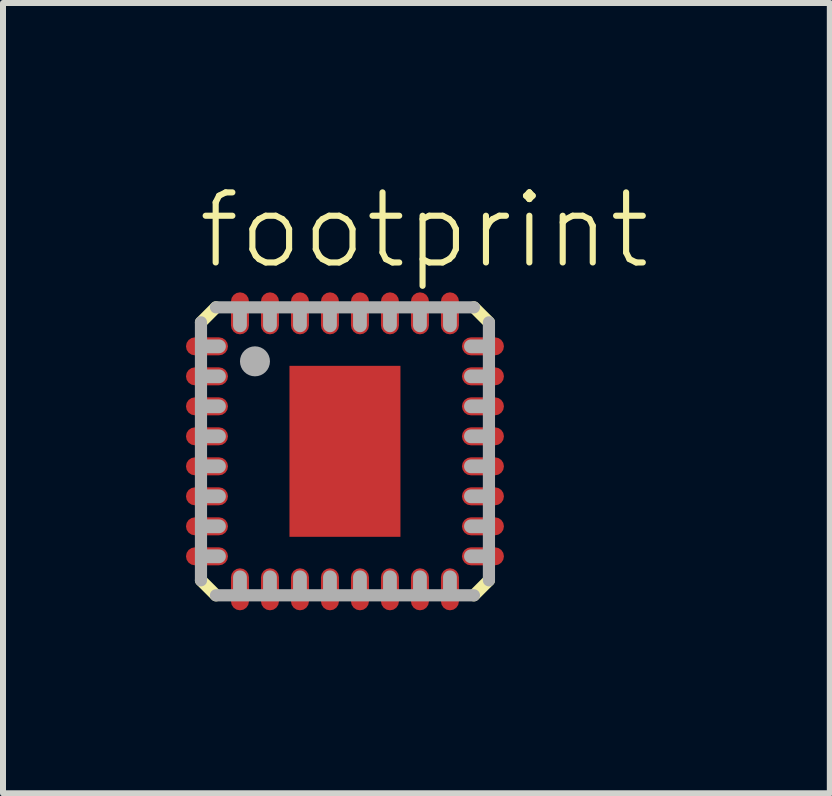
<source format=kicad_pcb>
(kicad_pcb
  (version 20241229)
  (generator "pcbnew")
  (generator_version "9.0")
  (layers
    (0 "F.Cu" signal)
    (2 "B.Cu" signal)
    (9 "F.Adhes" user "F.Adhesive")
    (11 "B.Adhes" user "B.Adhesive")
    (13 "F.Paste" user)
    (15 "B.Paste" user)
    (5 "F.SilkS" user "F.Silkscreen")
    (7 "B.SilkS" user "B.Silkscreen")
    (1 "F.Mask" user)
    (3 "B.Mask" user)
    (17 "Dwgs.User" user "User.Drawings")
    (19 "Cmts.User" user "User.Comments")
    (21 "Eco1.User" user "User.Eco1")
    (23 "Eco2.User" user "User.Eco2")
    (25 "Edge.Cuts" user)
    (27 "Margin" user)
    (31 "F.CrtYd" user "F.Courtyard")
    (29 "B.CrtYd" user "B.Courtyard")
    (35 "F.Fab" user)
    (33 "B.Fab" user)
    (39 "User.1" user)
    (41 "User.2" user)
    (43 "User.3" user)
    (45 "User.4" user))
  (footprint "footprint"
    (layer "F.Cu")
    (at 2.7 4.473)
    (property "Reference" "footprint" (at -2.5 -3 0) (layer "F.SilkS") (effects (font (size 1.168 1.168) (thickness 0.102)) (justify left bottom)))
    (fp_line (start -2.1 -1.75) (end -2.5 -1.75) (stroke (width 0.4) (type solid)) (layer "F.Mask"))
    (fp_line (start -2.1 -1.25) (end -2.5 -1.25) (stroke (width 0.4) (type solid)) (layer "F.Mask"))
    (fp_line (start -2.1 -0.75) (end -2.5 -0.75) (stroke (width 0.4) (type solid)) (layer "F.Mask"))
    (fp_line (start -2.1 -0.25) (end -2.5 -0.25) (stroke (width 0.4) (type solid)) (layer "F.Mask"))
    (fp_line (start -2.1 0.25) (end -2.5 0.25) (stroke (width 0.4) (type solid)) (layer "F.Mask"))
    (fp_line (start -2.1 0.75) (end -2.5 0.75) (stroke (width 0.4) (type solid)) (layer "F.Mask"))
    (fp_line (start -2.1 1.25) (end -2.5 1.25) (stroke (width 0.4) (type solid)) (layer "F.Mask"))
    (fp_line (start -2.1 1.75) (end -2.5 1.75) (stroke (width 0.4) (type solid)) (layer "F.Mask"))
    (fp_line (start -1.75 -2.1) (end -1.75 -2.5) (stroke (width 0.4) (type solid)) (layer "F.Mask"))
    (fp_line (start -1.75 2.1) (end -1.75 2.5) (stroke (width 0.4) (type solid)) (layer "F.Mask"))
    (fp_line (start -1.25 -2.1) (end -1.25 -2.5) (stroke (width 0.4) (type solid)) (layer "F.Mask"))
    (fp_line (start -1.25 2.1) (end -1.25 2.5) (stroke (width 0.4) (type solid)) (layer "F.Mask"))
    (fp_line (start -0.75 -2.1) (end -0.75 -2.5) (stroke (width 0.4) (type solid)) (layer "F.Mask"))
    (fp_line (start -0.75 2.1) (end -0.75 2.5) (stroke (width 0.4) (type solid)) (layer "F.Mask"))
    (fp_line (start -0.25 -2.1) (end -0.25 -2.5) (stroke (width 0.4) (type solid)) (layer "F.Mask"))
    (fp_line (start -0.25 2.1) (end -0.25 2.5) (stroke (width 0.4) (type solid)) (layer "F.Mask"))
    (fp_line (start 0.25 -2.1) (end 0.25 -2.5) (stroke (width 0.4) (type solid)) (layer "F.Mask"))
    (fp_line (start 0.25 2.1) (end 0.25 2.5) (stroke (width 0.4) (type solid)) (layer "F.Mask"))
    (fp_line (start 0.75 -2.1) (end 0.75 -2.5) (stroke (width 0.4) (type solid)) (layer "F.Mask"))
    (fp_line (start 0.75 2.1) (end 0.75 2.5) (stroke (width 0.4) (type solid)) (layer "F.Mask"))
    (fp_line (start 1.25 -2.1) (end 1.25 -2.5) (stroke (width 0.4) (type solid)) (layer "F.Mask"))
    (fp_line (start 1.25 2.1) (end 1.25 2.5) (stroke (width 0.4) (type solid)) (layer "F.Mask"))
    (fp_line (start 1.75 -2.1) (end 1.75 -2.5) (stroke (width 0.4) (type solid)) (layer "F.Mask"))
    (fp_line (start 1.75 2.1) (end 1.75 2.5) (stroke (width 0.4) (type solid)) (layer "F.Mask"))
    (fp_line (start 2.1 -1.75) (end 2.5 -1.75) (stroke (width 0.4) (type solid)) (layer "F.Mask"))
    (fp_line (start 2.1 -1.25) (end 2.5 -1.25) (stroke (width 0.4) (type solid)) (layer "F.Mask"))
    (fp_line (start 2.1 -0.75) (end 2.5 -0.75) (stroke (width 0.4) (type solid)) (layer "F.Mask"))
    (fp_line (start 2.1 -0.25) (end 2.5 -0.25) (stroke (width 0.4) (type solid)) (layer "F.Mask"))
    (fp_line (start 2.1 0.25) (end 2.5 0.25) (stroke (width 0.4) (type solid)) (layer "F.Mask"))
    (fp_line (start 2.1 0.75) (end 2.5 0.75) (stroke (width 0.4) (type solid)) (layer "F.Mask"))
    (fp_line (start 2.1 1.25) (end 2.5 1.25) (stroke (width 0.4) (type solid)) (layer "F.Mask"))
    (fp_line (start 2.1 1.75) (end 2.5 1.75) (stroke (width 0.4) (type solid)) (layer "F.Mask"))
    (fp_poly (pts (xy -1 1.5) (xy 1 1.5) (xy 1 -1.5) (xy -1 -1.5)) (stroke (width 0) (type solid)) (fill yes) (layer "F.Mask"))
    (fp_line (start -2.4 -2.15) (end -2.15 -2.4) (stroke (width 0.203) (type solid)) (layer "F.SilkS"))
    (fp_line (start -2.15 2.4) (end -2.4 2.15) (stroke (width 0.203) (type solid)) (layer "F.SilkS"))
    (fp_line (start 2.15 -2.4) (end 2.4 -2.15) (stroke (width 0.203) (type solid)) (layer "F.SilkS"))
    (fp_line (start 2.4 2.15) (end 2.15 2.4) (stroke (width 0.203) (type solid)) (layer "F.SilkS"))
    (fp_line (start -2.1 -1.75) (end -2.5 -1.75) (stroke (width 0.25) (type solid)) (layer "F.Paste"))
    (fp_line (start -2.1 -1.25) (end -2.5 -1.25) (stroke (width 0.25) (type solid)) (layer "F.Paste"))
    (fp_line (start -2.1 -0.75) (end -2.5 -0.75) (stroke (width 0.25) (type solid)) (layer "F.Paste"))
    (fp_line (start -2.1 -0.25) (end -2.5 -0.25) (stroke (width 0.25) (type solid)) (layer "F.Paste"))
    (fp_line (start -2.1 0.25) (end -2.5 0.25) (stroke (width 0.25) (type solid)) (layer "F.Paste"))
    (fp_line (start -2.1 0.75) (end -2.5 0.75) (stroke (width 0.25) (type solid)) (layer "F.Paste"))
    (fp_line (start -2.1 1.25) (end -2.5 1.25) (stroke (width 0.25) (type solid)) (layer "F.Paste"))
    (fp_line (start -2.1 1.75) (end -2.5 1.75) (stroke (width 0.25) (type solid)) (layer "F.Paste"))
    (fp_line (start -1.75 -2.1) (end -1.75 -2.5) (stroke (width 0.25) (type solid)) (layer "F.Paste"))
    (fp_line (start -1.75 2.1) (end -1.75 2.5) (stroke (width 0.25) (type solid)) (layer "F.Paste"))
    (fp_line (start -1.25 -2.1) (end -1.25 -2.5) (stroke (width 0.25) (type solid)) (layer "F.Paste"))
    (fp_line (start -1.25 2.1) (end -1.25 2.5) (stroke (width 0.25) (type solid)) (layer "F.Paste"))
    (fp_line (start -0.75 -2.1) (end -0.75 -2.5) (stroke (width 0.25) (type solid)) (layer "F.Paste"))
    (fp_line (start -0.75 2.1) (end -0.75 2.5) (stroke (width 0.25) (type solid)) (layer "F.Paste"))
    (fp_line (start -0.25 -2.1) (end -0.25 -2.5) (stroke (width 0.25) (type solid)) (layer "F.Paste"))
    (fp_line (start -0.25 2.1) (end -0.25 2.5) (stroke (width 0.25) (type solid)) (layer "F.Paste"))
    (fp_line (start 0.25 -2.1) (end 0.25 -2.5) (stroke (width 0.25) (type solid)) (layer "F.Paste"))
    (fp_line (start 0.25 2.1) (end 0.25 2.5) (stroke (width 0.25) (type solid)) (layer "F.Paste"))
    (fp_line (start 0.75 -2.1) (end 0.75 -2.5) (stroke (width 0.25) (type solid)) (layer "F.Paste"))
    (fp_line (start 0.75 2.1) (end 0.75 2.5) (stroke (width 0.25) (type solid)) (layer "F.Paste"))
    (fp_line (start 1.25 -2.1) (end 1.25 -2.5) (stroke (width 0.25) (type solid)) (layer "F.Paste"))
    (fp_line (start 1.25 2.1) (end 1.25 2.5) (stroke (width 0.25) (type solid)) (layer "F.Paste"))
    (fp_line (start 1.75 -2.1) (end 1.75 -2.5) (stroke (width 0.25) (type solid)) (layer "F.Paste"))
    (fp_line (start 1.75 2.1) (end 1.75 2.5) (stroke (width 0.25) (type solid)) (layer "F.Paste"))
    (fp_line (start 2.1 -1.75) (end 2.5 -1.75) (stroke (width 0.25) (type solid)) (layer "F.Paste"))
    (fp_line (start 2.1 -1.25) (end 2.5 -1.25) (stroke (width 0.25) (type solid)) (layer "F.Paste"))
    (fp_line (start 2.1 -0.75) (end 2.5 -0.75) (stroke (width 0.25) (type solid)) (layer "F.Paste"))
    (fp_line (start 2.1 -0.25) (end 2.5 -0.25) (stroke (width 0.25) (type solid)) (layer "F.Paste"))
    (fp_line (start 2.1 0.25) (end 2.5 0.25) (stroke (width 0.25) (type solid)) (layer "F.Paste"))
    (fp_line (start 2.1 0.75) (end 2.5 0.75) (stroke (width 0.25) (type solid)) (layer "F.Paste"))
    (fp_line (start 2.1 1.25) (end 2.5 1.25) (stroke (width 0.25) (type solid)) (layer "F.Paste"))
    (fp_line (start 2.1 1.75) (end 2.5 1.75) (stroke (width 0.25) (type solid)) (layer "F.Paste"))
    (fp_poly (pts (xy -0.85 1.35) (xy 0.85 1.35) (xy 0.85 -1.35) (xy -0.85 -1.35)) (stroke (width 0) (type solid)) (fill yes) (layer "F.Paste"))
    (fp_line (start -2.4 2.15) (end -2.4 -2.15) (stroke (width 0.203) (type solid)) (layer "F.Fab"))
    (fp_line (start -2.15 -2.4) (end 2.15 -2.4) (stroke (width 0.203) (type solid)) (layer "F.Fab"))
    (fp_line (start -2.1 -1.75) (end -2.325 -1.75) (stroke (width 0.23) (type solid)) (layer "F.Fab"))
    (fp_line (start -2.1 -1.25) (end -2.325 -1.25) (stroke (width 0.23) (type solid)) (layer "F.Fab"))
    (fp_line (start -2.1 -0.75) (end -2.325 -0.75) (stroke (width 0.23) (type solid)) (layer "F.Fab"))
    (fp_line (start -2.1 -0.25) (end -2.325 -0.25) (stroke (width 0.23) (type solid)) (layer "F.Fab"))
    (fp_line (start -2.1 0.25) (end -2.325 0.25) (stroke (width 0.23) (type solid)) (layer "F.Fab"))
    (fp_line (start -2.1 0.75) (end -2.325 0.75) (stroke (width 0.23) (type solid)) (layer "F.Fab"))
    (fp_line (start -2.1 1.25) (end -2.325 1.25) (stroke (width 0.23) (type solid)) (layer "F.Fab"))
    (fp_line (start -2.1 1.75) (end -2.325 1.75) (stroke (width 0.23) (type solid)) (layer "F.Fab"))
    (fp_line (start -1.75 -2.1) (end -1.75 -2.325) (stroke (width 0.23) (type solid)) (layer "F.Fab"))
    (fp_line (start -1.75 2.1) (end -1.75 2.325) (stroke (width 0.23) (type solid)) (layer "F.Fab"))
    (fp_line (start -1.25 -2.1) (end -1.25 -2.325) (stroke (width 0.23) (type solid)) (layer "F.Fab"))
    (fp_line (start -1.25 2.1) (end -1.25 2.325) (stroke (width 0.23) (type solid)) (layer "F.Fab"))
    (fp_line (start -0.75 -2.1) (end -0.75 -2.325) (stroke (width 0.23) (type solid)) (layer "F.Fab"))
    (fp_line (start -0.75 2.1) (end -0.75 2.325) (stroke (width 0.23) (type solid)) (layer "F.Fab"))
    (fp_line (start -0.25 -2.1) (end -0.25 -2.325) (stroke (width 0.23) (type solid)) (layer "F.Fab"))
    (fp_line (start -0.25 2.1) (end -0.25 2.325) (stroke (width 0.23) (type solid)) (layer "F.Fab"))
    (fp_line (start 0.25 -2.1) (end 0.25 -2.325) (stroke (width 0.23) (type solid)) (layer "F.Fab"))
    (fp_line (start 0.25 2.1) (end 0.25 2.325) (stroke (width 0.23) (type solid)) (layer "F.Fab"))
    (fp_line (start 0.75 -2.1) (end 0.75 -2.325) (stroke (width 0.23) (type solid)) (layer "F.Fab"))
    (fp_line (start 0.75 2.1) (end 0.75 2.325) (stroke (width 0.23) (type solid)) (layer "F.Fab"))
    (fp_line (start 1.25 -2.1) (end 1.25 -2.325) (stroke (width 0.23) (type solid)) (layer "F.Fab"))
    (fp_line (start 1.25 2.1) (end 1.25 2.325) (stroke (width 0.23) (type solid)) (layer "F.Fab"))
    (fp_line (start 1.75 -2.1) (end 1.75 -2.325) (stroke (width 0.23) (type solid)) (layer "F.Fab"))
    (fp_line (start 1.75 2.1) (end 1.75 2.325) (stroke (width 0.23) (type solid)) (layer "F.Fab"))
    (fp_line (start 2.1 -1.75) (end 2.325 -1.75) (stroke (width 0.23) (type solid)) (layer "F.Fab"))
    (fp_line (start 2.1 -1.25) (end 2.325 -1.25) (stroke (width 0.23) (type solid)) (layer "F.Fab"))
    (fp_line (start 2.1 -0.75) (end 2.325 -0.75) (stroke (width 0.23) (type solid)) (layer "F.Fab"))
    (fp_line (start 2.1 -0.25) (end 2.325 -0.25) (stroke (width 0.23) (type solid)) (layer "F.Fab"))
    (fp_line (start 2.1 0.25) (end 2.325 0.25) (stroke (width 0.23) (type solid)) (layer "F.Fab"))
    (fp_line (start 2.1 0.75) (end 2.325 0.75) (stroke (width 0.23) (type solid)) (layer "F.Fab"))
    (fp_line (start 2.1 1.25) (end 2.325 1.25) (stroke (width 0.23) (type solid)) (layer "F.Fab"))
    (fp_line (start 2.1 1.75) (end 2.325 1.75) (stroke (width 0.23) (type solid)) (layer "F.Fab"))
    (fp_line (start 2.15 2.4) (end -2.15 2.4) (stroke (width 0.203) (type solid)) (layer "F.Fab"))
    (fp_line (start 2.4 -2.15) (end 2.4 2.15) (stroke (width 0.203) (type solid)) (layer "F.Fab"))
    (fp_circle (center -1.5 -1.5) (end -1.375 -1.5) (stroke (width 0.25) (type solid)) (fill no) (layer "F.Fab"))
    (pad "1" smd roundrect (at -2.3 -1.75) (size 0.7 0.3) (layers "F.Cu") (roundrect_rratio 0.5))
    (pad "2" smd roundrect (at -2.3 -1.25) (size 0.7 0.3) (layers "F.Cu") (roundrect_rratio 0.5))
    (pad "3" smd roundrect (at -2.3 -0.75) (size 0.7 0.3) (layers "F.Cu") (roundrect_rratio 0.5))
    (pad "4" smd roundrect (at -2.3 -0.25) (size 0.7 0.3) (layers "F.Cu") (roundrect_rratio 0.5))
    (pad "5" smd roundrect (at -2.3 0.25) (size 0.7 0.3) (layers "F.Cu") (roundrect_rratio 0.5))
    (pad "6" smd roundrect (at -2.3 0.75) (size 0.7 0.3) (layers "F.Cu") (roundrect_rratio 0.5))
    (pad "7" smd roundrect (at -2.3 1.25) (size 0.7 0.3) (layers "F.Cu") (roundrect_rratio 0.5))
    (pad "8" smd roundrect (at -2.3 1.75) (size 0.7 0.3) (layers "F.Cu") (roundrect_rratio 0.5))
    (pad "9" smd roundrect (at -1.75 2.3 90) (size 0.7 0.3) (layers "F.Cu") (roundrect_rratio 0.5))
    (pad "10" smd roundrect (at -1.25 2.3 90) (size 0.7 0.3) (layers "F.Cu") (roundrect_rratio 0.5))
    (pad "11" smd roundrect (at -0.75 2.3 90) (size 0.7 0.3) (layers "F.Cu") (roundrect_rratio 0.5))
    (pad "12" smd roundrect (at -0.25 2.3 90) (size 0.7 0.3) (layers "F.Cu") (roundrect_rratio 0.5))
    (pad "13" smd roundrect (at 0.25 2.3 90) (size 0.7 0.3) (layers "F.Cu") (roundrect_rratio 0.5))
    (pad "14" smd roundrect (at 0.75 2.3 90) (size 0.7 0.3) (layers "F.Cu") (roundrect_rratio 0.5))
    (pad "15" smd roundrect (at 1.25 2.3 90) (size 0.7 0.3) (layers "F.Cu") (roundrect_rratio 0.5))
    (pad "16" smd roundrect (at 1.75 2.3 90) (size 0.7 0.3) (layers "F.Cu") (roundrect_rratio 0.5))
    (pad "17" smd roundrect (at 2.3 1.75 180) (size 0.7 0.3) (layers "F.Cu") (roundrect_rratio 0.5))
    (pad "18" smd roundrect (at 2.3 1.25 180) (size 0.7 0.3) (layers "F.Cu") (roundrect_rratio 0.5))
    (pad "19" smd roundrect (at 2.3 0.75 180) (size 0.7 0.3) (layers "F.Cu") (roundrect_rratio 0.5))
    (pad "20" smd roundrect (at 2.3 0.25 180) (size 0.7 0.3) (layers "F.Cu") (roundrect_rratio 0.5))
    (pad "21" smd roundrect (at 2.3 -0.25 180) (size 0.7 0.3) (layers "F.Cu") (roundrect_rratio 0.5))
    (pad "22" smd roundrect (at 2.3 -0.75 180) (size 0.7 0.3) (layers "F.Cu") (roundrect_rratio 0.5))
    (pad "23" smd roundrect (at 2.3 -1.25 180) (size 0.7 0.3) (layers "F.Cu") (roundrect_rratio 0.5))
    (pad "24" smd roundrect (at 2.3 -1.75 180) (size 0.7 0.3) (layers "F.Cu") (roundrect_rratio 0.5))
    (pad "25" smd roundrect (at 1.75 -2.3 270) (size 0.7 0.3) (layers "F.Cu") (roundrect_rratio 0.5))
    (pad "26" smd roundrect (at 1.25 -2.3 270) (size 0.7 0.3) (layers "F.Cu") (roundrect_rratio 0.5))
    (pad "27" smd roundrect (at 0.75 -2.3 270) (size 0.7 0.3) (layers "F.Cu") (roundrect_rratio 0.5))
    (pad "28" smd roundrect (at 0.25 -2.3 270) (size 0.7 0.3) (layers "F.Cu") (roundrect_rratio 0.5))
    (pad "29" smd roundrect (at -0.25 -2.3 270) (size 0.7 0.3) (layers "F.Cu") (roundrect_rratio 0.5))
    (pad "30" smd roundrect (at -0.75 -2.3 270) (size 0.7 0.3) (layers "F.Cu") (roundrect_rratio 0.5))
    (pad "31" smd roundrect (at -1.25 -2.3 270) (size 0.7 0.3) (layers "F.Cu") (roundrect_rratio 0.5))
    (pad "32" smd roundrect (at -1.75 -2.3 270) (size 0.7 0.3) (layers "F.Cu") (roundrect_rratio 0.5))
    (pad "EXP" smd rect (at 0 0) (size 1.85 2.85) (layers "F.Cu")))
  (gr_rect
    (start -3 -3)
    (end 10.782 10.173)
    (stroke (width 0.1) (type default))
    (fill no)
    (layer "Edge.Cuts")))
</source>
